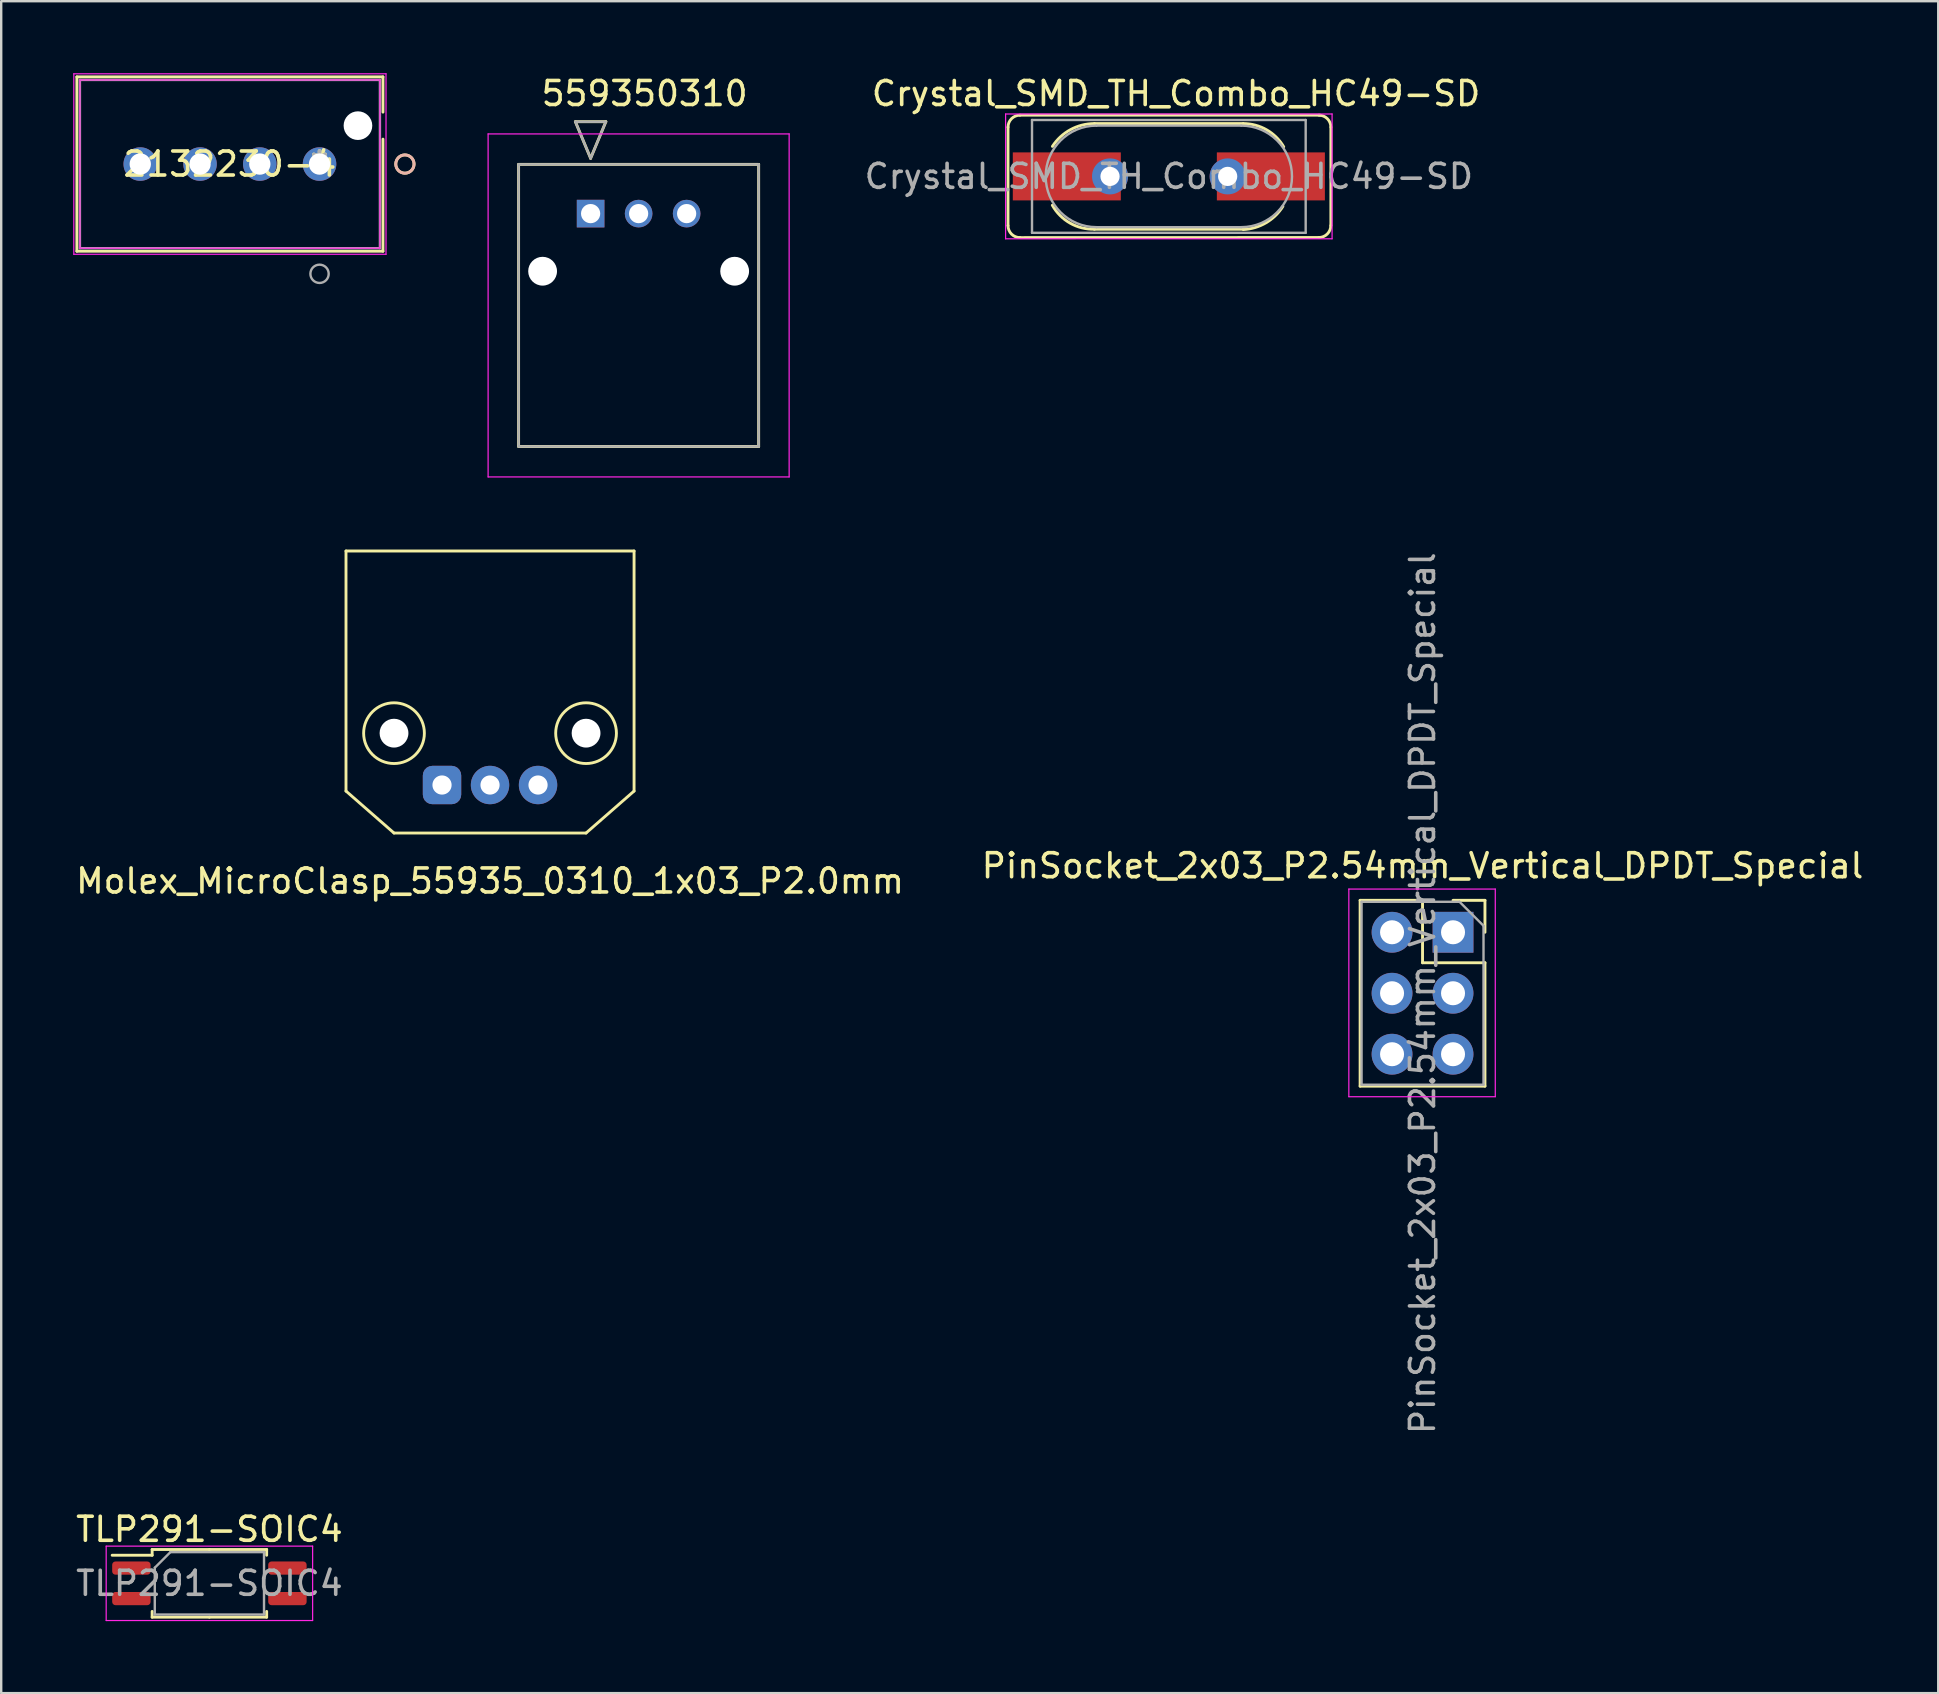
<source format=kicad_pcb>
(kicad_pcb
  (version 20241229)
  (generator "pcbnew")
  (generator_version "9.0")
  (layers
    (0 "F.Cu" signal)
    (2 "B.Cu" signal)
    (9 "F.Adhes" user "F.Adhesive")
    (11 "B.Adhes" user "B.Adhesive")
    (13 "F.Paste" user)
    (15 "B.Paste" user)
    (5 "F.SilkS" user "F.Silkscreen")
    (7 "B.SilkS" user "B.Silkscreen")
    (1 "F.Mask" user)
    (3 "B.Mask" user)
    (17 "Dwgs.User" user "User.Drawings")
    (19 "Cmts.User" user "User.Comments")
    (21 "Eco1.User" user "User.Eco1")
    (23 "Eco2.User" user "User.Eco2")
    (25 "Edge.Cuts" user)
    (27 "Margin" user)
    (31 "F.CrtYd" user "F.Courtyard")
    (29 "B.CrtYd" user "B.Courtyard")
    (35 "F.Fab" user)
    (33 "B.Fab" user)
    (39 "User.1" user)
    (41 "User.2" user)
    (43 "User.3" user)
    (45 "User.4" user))
  (footprint "Molex_MicroClasp_55935_0310_1x03_P2.0mm"
    (layer "F.Cu")
    (at 17.363 35.651)
    (property "Reference" "Molex_MicroClasp_55935_0310_1x03_P2.0mm" (at 0 -2 0) (layer "F.SilkS") (effects (font (size 1 1) (thickness 0.15))))
    (attr through_hole)
    (fp_line (start -6 -15.748) (end -6 -5.748) (stroke (width 0.12) (type solid)) (layer "F.SilkS"))
    (fp_line (start -6 -5.748) (end -4 -4) (stroke (width 0.12) (type solid)) (layer "F.SilkS"))
    (fp_line (start -4 -4) (end 4 -4) (stroke (width 0.12) (type solid)) (layer "F.SilkS"))
    (fp_line (start 4 -4) (end 6 -5.748) (stroke (width 0.12) (type solid)) (layer "F.SilkS"))
    (fp_line (start 6 -15.748) (end -6 -15.748) (stroke (width 0.12) (type solid)) (layer "F.SilkS"))
    (fp_line (start 6 -5.748) (end 6 -15.748) (stroke (width 0.12) (type solid)) (layer "F.SilkS"))
    (fp_circle (center -4 -8.16) (end -3.619 -6.954) (stroke (width 0.12) (type solid)) (fill no) (layer "F.SilkS"))
    (fp_circle (center 4 -8.16) (end 4.381 -6.954) (stroke (width 0.12) (type solid)) (fill no) (layer "F.SilkS"))
    (pad "" np_thru_hole circle (at -4 -8.16) (size 1.2 1.2) (drill 1.2) (layers "*.Cu" "*.Mask"))
    (pad "" np_thru_hole circle (at 4 -8.16) (size 1.2 1.2) (drill 1.2) (layers "*.Cu" "*.Mask"))
    (pad "1" thru_hole circle (at 2 -6) (size 1.6 1.6) (drill 0.8) (layers "*.Cu" "*.Mask"))
    (pad "2" thru_hole circle (at 0 -6) (size 1.6 1.6) (drill 0.8) (layers "*.Cu" "*.Mask"))
    (pad "3" thru_hole roundrect (at -2 -6) (size 1.6 1.6) (drill 0.8) (layers "*.Cu" "*.Mask") (roundrect_rratio 0.25)))
  (footprint "TLP291-SOIC4"
    (layer "F.Cu")
    (at 5.673 62.906)
    (property "Reference" "TLP291-SOIC4" (at 0 -2.25 0) (layer "F.SilkS") (effects (font (size 1 1) (thickness 0.15))))
    (attr smd)
    (fp_line (start -2.385 -1.41) (end -2.385 -1.17) (stroke (width 0.12) (type solid)) (layer "F.SilkS"))
    (fp_line (start -2.385 -1.17) (end -4.05 -1.17) (stroke (width 0.12) (type solid)) (layer "F.SilkS"))
    (fp_line (start -2.385 1.41) (end -2.385 1.17) (stroke (width 0.12) (type solid)) (layer "F.SilkS"))
    (fp_line (start 0 -1.41) (end -2.385 -1.41) (stroke (width 0.12) (type solid)) (layer "F.SilkS"))
    (fp_line (start 0 -1.41) (end 2.385 -1.41) (stroke (width 0.12) (type solid)) (layer "F.SilkS"))
    (fp_line (start 0 1.41) (end -2.385 1.41) (stroke (width 0.12) (type solid)) (layer "F.SilkS"))
    (fp_line (start 0 1.41) (end 2.385 1.41) (stroke (width 0.12) (type solid)) (layer "F.SilkS"))
    (fp_line (start 2.385 -1.41) (end 2.385 -1.17) (stroke (width 0.12) (type solid)) (layer "F.SilkS"))
    (fp_line (start 2.385 1.41) (end 2.385 1.17) (stroke (width 0.12) (type solid)) (layer "F.SilkS"))
    (fp_line (start -4.3 -1.55) (end -4.3 1.55) (stroke (width 0.05) (type solid)) (layer "F.CrtYd"))
    (fp_line (start -4.3 1.55) (end 4.3 1.55) (stroke (width 0.05) (type solid)) (layer "F.CrtYd"))
    (fp_line (start 4.3 -1.55) (end -4.3 -1.55) (stroke (width 0.05) (type solid)) (layer "F.CrtYd"))
    (fp_line (start 4.3 1.55) (end 4.3 -1.55) (stroke (width 0.05) (type solid)) (layer "F.CrtYd"))
    (fp_line (start -2.275 -0.65) (end -1.625 -1.3) (stroke (width 0.1) (type solid)) (layer "F.Fab"))
    (fp_line (start -2.275 1.3) (end -2.275 -0.65) (stroke (width 0.1) (type solid)) (layer "F.Fab"))
    (fp_line (start -1.625 -1.3) (end 2.275 -1.3) (stroke (width 0.1) (type solid)) (layer "F.Fab"))
    (fp_line (start 2.275 -1.3) (end 2.275 1.3) (stroke (width 0.1) (type solid)) (layer "F.Fab"))
    (fp_line (start 2.275 1.3) (end -2.275 1.3) (stroke (width 0.1) (type solid)) (layer "F.Fab"))
    (fp_text user "${REFERENCE}" (at 0 0 0) (layer "F.Fab") (effects (font (size 1 1) (thickness 0.15))))
    (pad "1" smd roundrect (at -3.25 -0.635) (size 1.6 0.55) (layers "F.Cu" "F.Mask" "F.Paste") (roundrect_rratio 0.25))
    (pad "2" smd roundrect (at -3.25 0.635) (size 1.6 0.55) (layers "F.Cu" "F.Mask" "F.Paste") (roundrect_rratio 0.25))
    (pad "3" smd roundrect (at 3.25 0.635) (size 1.6 0.55) (layers "F.Cu" "F.Mask" "F.Paste") (roundrect_rratio 0.25))
    (pad "4" smd roundrect (at 3.25 -0.635) (size 1.6 0.55) (layers "F.Cu" "F.Mask" "F.Paste") (roundrect_rratio 0.25)))
  (footprint "559350310"
    (layer "F.Cu")
    (at 21.553 5.848)
    (property "Reference" "559350310" (at 2.25 -5 0) (layer "F.SilkS") (effects (font (size 1 1) (thickness 0.15))))
    (attr through_hole)
    (fp_line (start -3 -2.05) (end -3 9.7) (stroke (width 0.12) (type solid)) (layer "F.SilkS"))
    (fp_line (start -3 9.7) (end 7 9.7) (stroke (width 0.12) (type solid)) (layer "F.SilkS"))
    (fp_line (start -0.635 -3.828) (end 0 -2.304) (stroke (width 0.12) (type solid)) (layer "F.SilkS"))
    (fp_line (start 0 -2.304) (end 0.635 -3.828) (stroke (width 0.12) (type solid)) (layer "F.SilkS"))
    (fp_line (start 0.635 -3.828) (end -0.635 -3.828) (stroke (width 0.12) (type solid)) (layer "F.SilkS"))
    (fp_line (start 7 -2.05) (end -3 -2.05) (stroke (width 0.12) (type solid)) (layer "F.SilkS"))
    (fp_line (start 7 9.7) (end 7 -2.05) (stroke (width 0.12) (type solid)) (layer "F.SilkS"))
    (fp_line (start -4.27 -3.32) (end -4.27 10.97) (stroke (width 0.05) (type solid)) (layer "F.CrtYd"))
    (fp_line (start -4.27 10.97) (end 8.27 10.97) (stroke (width 0.05) (type solid)) (layer "F.CrtYd"))
    (fp_line (start 8.27 -3.32) (end -4.27 -3.32) (stroke (width 0.05) (type solid)) (layer "F.CrtYd"))
    (fp_line (start 8.27 10.97) (end 8.27 -3.32) (stroke (width 0.05) (type solid)) (layer "F.CrtYd"))
    (fp_line (start -3 -2.05) (end -3 9.7) (stroke (width 0.1) (type solid)) (layer "F.Fab"))
    (fp_line (start -3 9.7) (end 7 9.7) (stroke (width 0.1) (type solid)) (layer "F.Fab"))
    (fp_line (start -0.635 -3.828) (end 0 -2.304) (stroke (width 0.1) (type solid)) (layer "F.Fab"))
    (fp_line (start 0 -2.304) (end 0.635 -3.828) (stroke (width 0.1) (type solid)) (layer "F.Fab"))
    (fp_line (start 0.635 -3.828) (end -0.635 -3.828) (stroke (width 0.1) (type solid)) (layer "F.Fab"))
    (fp_line (start 7 -2.05) (end -3 -2.05) (stroke (width 0.1) (type solid)) (layer "F.Fab"))
    (fp_line (start 7 9.7) (end 7 -2.05) (stroke (width 0.1) (type solid)) (layer "F.Fab"))
    (pad "" np_thru_hole circle (at -2 2.4) (size 1.2 1.2) (drill 1.2) (layers "*.Cu" "*.Mask"))
    (pad "" np_thru_hole circle (at 6 2.4) (size 1.2 1.2) (drill 1.2) (layers "*.Cu" "*.Mask"))
    (pad "1" thru_hole rect (at 0 0) (size 1.15 1.15) (drill 0.8) (layers "*.Cu" "*.Mask"))
    (pad "2" thru_hole circle (at 2 0) (size 1.15 1.15) (drill 0.8) (layers "*.Cu" "*.Mask"))
    (pad "3" thru_hole circle (at 4 0) (size 1.15 1.15) (drill 0.8) (layers "*.Cu" "*.Mask")))
  (footprint "2132230-4"
    (layer "F.Cu")
    (at 10.261 3.784)
    (property "Reference" "2132230-4" (at -3.734 0 0) (layer "F.SilkS") (effects (font (size 1 1) (thickness 0.15))))
    (attr through_hole)
    (fp_line (start -10.109 -3.632) (end -10.109 3.632) (stroke (width 0.12) (type solid)) (layer "F.SilkS"))
    (fp_line (start -10.109 3.632) (end 2.642 3.632) (stroke (width 0.12) (type solid)) (layer "F.SilkS"))
    (fp_line (start 2.642 -3.632) (end -10.109 -3.632) (stroke (width 0.12) (type solid)) (layer "F.SilkS"))
    (fp_line (start 2.642 -2.163) (end 2.642 -3.632) (stroke (width 0.12) (type solid)) (layer "F.SilkS"))
    (fp_line (start 2.642 3.632) (end 2.642 -1.038) (stroke (width 0.12) (type solid)) (layer "F.SilkS"))
    (fp_circle (center 3.556 0) (end 3.937 0) (stroke (width 0.12) (type solid)) (fill no) (layer "F.SilkS"))
    (fp_circle (center 3.556 0) (end 3.937 0) (stroke (width 0.12) (type solid)) (fill no) (layer "B.SilkS"))
    (fp_line (start -10.236 -3.759) (end -10.236 3.759) (stroke (width 0.05) (type solid)) (layer "F.CrtYd"))
    (fp_line (start -10.236 3.759) (end 2.769 3.759) (stroke (width 0.05) (type solid)) (layer "F.CrtYd"))
    (fp_line (start -9.982 -3.505) (end -9.982 3.505) (stroke (width 0.05) (type solid)) (layer "F.CrtYd"))
    (fp_line (start -9.982 3.505) (end 2.515 3.505) (stroke (width 0.05) (type solid)) (layer "F.CrtYd"))
    (fp_line (start 2.515 -3.505) (end -9.982 -3.505) (stroke (width 0.05) (type solid)) (layer "F.CrtYd"))
    (fp_line (start 2.515 3.505) (end 2.515 -3.505) (stroke (width 0.05) (type solid)) (layer "F.CrtYd"))
    (fp_line (start 2.769 -3.759) (end -10.236 -3.759) (stroke (width 0.05) (type solid)) (layer "F.CrtYd"))
    (fp_line (start 2.769 3.759) (end 2.769 -3.759) (stroke (width 0.05) (type solid)) (layer "F.CrtYd"))
    (fp_line (start -9.982 -3.505) (end -9.982 3.505) (stroke (width 0.1) (type solid)) (layer "F.Fab"))
    (fp_line (start -9.982 3.505) (end 2.515 3.505) (stroke (width 0.1) (type solid)) (layer "F.Fab"))
    (fp_line (start 2.515 -3.505) (end -9.982 -3.505) (stroke (width 0.1) (type solid)) (layer "F.Fab"))
    (fp_line (start 2.515 3.505) (end 2.515 -3.505) (stroke (width 0.1) (type solid)) (layer "F.Fab"))
    (fp_circle (center 0 4.572) (end 0.381 4.572) (stroke (width 0.1) (type solid)) (fill no) (layer "F.Fab"))
    (fp_text user "*" (at 0 0 0) (layer "F.SilkS") (effects (font (size 1 1) (thickness 0.15))))
    (fp_text user "Copyright 2021 Accelerated Designs. All rights reserved." (at 0 0 0) (layer "Cmts.User") (effects (font (size 0.127 0.127) (thickness 0.002))))
    (fp_text user "*" (at 0 0 0) (layer "F.Fab") (effects (font (size 1 1) (thickness 0.15))))
    (pad "" np_thru_hole circle (at 1.6 -1.6) (size 1.194 1.194) (drill 1.194) (layers "*.Cu" "*.Mask"))
    (pad "1" thru_hole circle (at 0 0) (size 1.397 1.397) (drill 0.889) (layers "*.Cu" "*.Mask"))
    (pad "2" thru_hole circle (at -2.489 0) (size 1.397 1.397) (drill 0.889) (layers "*.Cu" "*.Mask"))
    (pad "3" thru_hole circle (at -4.978 0) (size 1.397 1.397) (drill 0.889) (layers "*.Cu" "*.Mask"))
    (pad "4" thru_hole circle (at -7.468 0) (size 1.397 1.397) (drill 0.889) (layers "*.Cu" "*.Mask")))
  (footprint "PinSocket_2x03_P2.54mm_Vertical_DPDT_Special"
    (layer "F.Cu")
    (at 57.478 35.785)
    (property "Reference" "PinSocket_2x03_P2.54mm_Vertical_DPDT_Special" (at -1.27 -2.77 0) (layer "F.SilkS") (effects (font (size 1 1) (thickness 0.15))))
    (attr through_hole)
    (fp_line (start -3.87 -1.33) (end -3.87 6.41) (stroke (width 0.12) (type solid)) (layer "F.SilkS"))
    (fp_line (start -3.87 -1.33) (end -1.27 -1.33) (stroke (width 0.12) (type solid)) (layer "F.SilkS"))
    (fp_line (start -3.87 6.41) (end 1.33 6.41) (stroke (width 0.12) (type solid)) (layer "F.SilkS"))
    (fp_line (start -1.27 -1.33) (end -1.27 1.27) (stroke (width 0.12) (type solid)) (layer "F.SilkS"))
    (fp_line (start -1.27 1.27) (end 1.33 1.27) (stroke (width 0.12) (type solid)) (layer "F.SilkS"))
    (fp_line (start 0 -1.33) (end 1.33 -1.33) (stroke (width 0.12) (type solid)) (layer "F.SilkS"))
    (fp_line (start 1.33 -1.33) (end 1.33 0) (stroke (width 0.12) (type solid)) (layer "F.SilkS"))
    (fp_line (start 1.33 1.27) (end 1.33 6.41) (stroke (width 0.12) (type solid)) (layer "F.SilkS"))
    (fp_line (start -4.34 -1.8) (end 1.76 -1.8) (stroke (width 0.05) (type solid)) (layer "F.CrtYd"))
    (fp_line (start -4.34 6.85) (end -4.34 -1.8) (stroke (width 0.05) (type solid)) (layer "F.CrtYd"))
    (fp_line (start 1.76 -1.8) (end 1.76 6.85) (stroke (width 0.05) (type solid)) (layer "F.CrtYd"))
    (fp_line (start 1.76 6.85) (end -4.34 6.85) (stroke (width 0.05) (type solid)) (layer "F.CrtYd"))
    (fp_line (start -3.81 -1.27) (end 0.27 -1.27) (stroke (width 0.1) (type solid)) (layer "F.Fab"))
    (fp_line (start -3.81 6.35) (end -3.81 -1.27) (stroke (width 0.1) (type solid)) (layer "F.Fab"))
    (fp_line (start 0.27 -1.27) (end 1.27 -0.27) (stroke (width 0.1) (type solid)) (layer "F.Fab"))
    (fp_line (start 1.27 -0.27) (end 1.27 6.35) (stroke (width 0.1) (type solid)) (layer "F.Fab"))
    (fp_line (start 1.27 6.35) (end -3.81 6.35) (stroke (width 0.1) (type solid)) (layer "F.Fab"))
    (fp_text user "${REFERENCE}" (at -1.27 2.54 90) (layer "F.Fab") (effects (font (size 1 1) (thickness 0.15))))
    (pad "1" thru_hole rect (at 0 0) (size 1.7 1.7) (drill 1) (layers "*.Cu" "*.Mask"))
    (pad "2" thru_hole oval (at 0 2.54) (size 1.7 1.7) (drill 1) (layers "*.Cu" "*.Mask"))
    (pad "3" thru_hole oval (at 0 5.08) (size 1.7 1.7) (drill 1) (layers "*.Cu" "*.Mask"))
    (pad "4" thru_hole oval (at -2.54 0) (size 1.7 1.7) (drill 1) (layers "*.Cu" "*.Mask"))
    (pad "5" thru_hole oval (at -2.54 2.54) (size 1.7 1.7) (drill 1) (layers "*.Cu" "*.Mask"))
    (pad "6" thru_hole oval (at -2.54 5.08) (size 1.7 1.7) (drill 1) (layers "*.Cu" "*.Mask")))
  (footprint "Crystal_SMD_TH_Combo_HC49-SD"
    (layer "F.Cu")
    (at 45.64 4.298)
    (property "Reference" "Crystal_SMD_TH_Combo_HC49-SD" (at 0.3 -3.45 0) (layer "F.SilkS") (effects (font (size 1 1) (thickness 0.15))))
    (attr smd)
    (fp_line (start -6.7 -2.05) (end -6.7 2.05) (stroke (width 0.12) (type solid)) (layer "F.SilkS"))
    (fp_line (start -6.2 2.55) (end 6.296 2.546) (stroke (width 0.12) (type solid)) (layer "F.SilkS"))
    (fp_line (start -3.1 -2.2) (end 3.1 -2.2) (stroke (width 0.12) (type solid)) (layer "F.SilkS"))
    (fp_line (start -3.1 2.2) (end 3.1 2.2) (stroke (width 0.12) (type solid)) (layer "F.SilkS"))
    (fp_line (start 6.3 -2.55) (end -6.2 -2.55) (stroke (width 0.12) (type solid)) (layer "F.SilkS"))
    (fp_line (start 6.75 -2.05) (end 6.75 2.046) (stroke (width 0.12) (type solid)) (layer "F.SilkS"))
    (fp_arc (start -6.7 -2.05) (mid -6.553553 -2.403553) (end -6.2 -2.55) (stroke (width 0.12) (type solid)) (layer "F.SilkS"))
    (fp_arc (start -6.2 2.55) (mid -6.553553 2.403553) (end -6.7 2.05) (stroke (width 0.12) (type solid)) (layer "F.SilkS"))
    (fp_arc (start -4.85 -1.25) (mid -4.095615 -1.947186) (end -3.1 -2.2) (stroke (width 0.12) (type solid)) (layer "F.SilkS"))
    (fp_arc (start -3.1 2.199999) (mid -4.115481 1.944946) (end -4.852798 1.201564) (stroke (width 0.12) (type solid)) (layer "F.SilkS"))
    (fp_arc (start 3.1 -2.2) (mid 4.071219 -1.940927) (end 4.784369 -1.232548) (stroke (width 0.12) (type solid)) (layer "F.SilkS"))
    (fp_arc (start 4.749999 1.25) (mid 4.043489 1.934272) (end 3.10071 2.214547) (stroke (width 0.12) (type solid)) (layer "F.SilkS"))
    (fp_arc (start 6.25 -2.55) (mid 6.603553 -2.403553) (end 6.75 -2.05) (stroke (width 0.12) (type solid)) (layer "F.SilkS"))
    (fp_arc (start 6.746447 2.046447) (mid 6.6 2.4) (end 6.246447 2.546447) (stroke (width 0.12) (type solid)) (layer "F.SilkS"))
    (fp_line (start -6.8 -2.6) (end -6.8 2.6) (stroke (width 0.05) (type solid)) (layer "F.CrtYd"))
    (fp_line (start -6.8 2.6) (end 6.8 2.6) (stroke (width 0.05) (type solid)) (layer "F.CrtYd"))
    (fp_line (start 6.8 -2.6) (end -6.8 -2.6) (stroke (width 0.05) (type solid)) (layer "F.CrtYd"))
    (fp_line (start 6.8 2.6) (end 6.8 -2.6) (stroke (width 0.05) (type solid)) (layer "F.CrtYd"))
    (fp_line (start -5.7 -2.35) (end -5.7 2.35) (stroke (width 0.1) (type solid)) (layer "F.Fab"))
    (fp_line (start -5.7 2.35) (end 5.7 2.35) (stroke (width 0.1) (type solid)) (layer "F.Fab"))
    (fp_line (start -3.015 -2.115) (end 3.015 -2.115) (stroke (width 0.1) (type solid)) (layer "F.Fab"))
    (fp_line (start -3.015 2.115) (end 3.015 2.115) (stroke (width 0.1) (type solid)) (layer "F.Fab"))
    (fp_line (start 5.7 -2.35) (end -5.7 -2.35) (stroke (width 0.1) (type solid)) (layer "F.Fab"))
    (fp_line (start 5.7 2.35) (end 5.7 -2.35) (stroke (width 0.1) (type solid)) (layer "F.Fab"))
    (fp_arc (start -3.015 2.115) (mid -5.13 0) (end -3.015 -2.115) (stroke (width 0.1) (type solid)) (layer "F.Fab"))
    (fp_arc (start 3.015 -2.115) (mid 5.13 0) (end 3.015 2.115) (stroke (width 0.1) (type solid)) (layer "F.Fab"))
    (fp_text user "${REFERENCE}" (at 0 0 0) (layer "F.Fab") (effects (font (size 1 1) (thickness 0.15))))
    (pad "1" smd rect (at -4.25 0) (size 4.5 2) (layers "F.Cu" "F.Mask" "F.Paste"))
    (pad "1" thru_hole circle (at -2.45 0) (size 1.5 1.5) (drill 0.8) (layers "*.Cu" "*.Mask"))
    (pad "2" thru_hole circle (at 2.45 0) (size 1.5 1.5) (drill 0.8) (layers "*.Cu" "*.Mask"))
    (pad "2" smd rect (at 4.25 0) (size 4.5 2) (layers "F.Cu" "F.Mask" "F.Paste")))
  (gr_rect
    (start -3 -3)
    (end 77.69 67.481)
    (stroke (width 0.1) (type default))
    (fill no)
    (layer "Edge.Cuts")))
</source>
